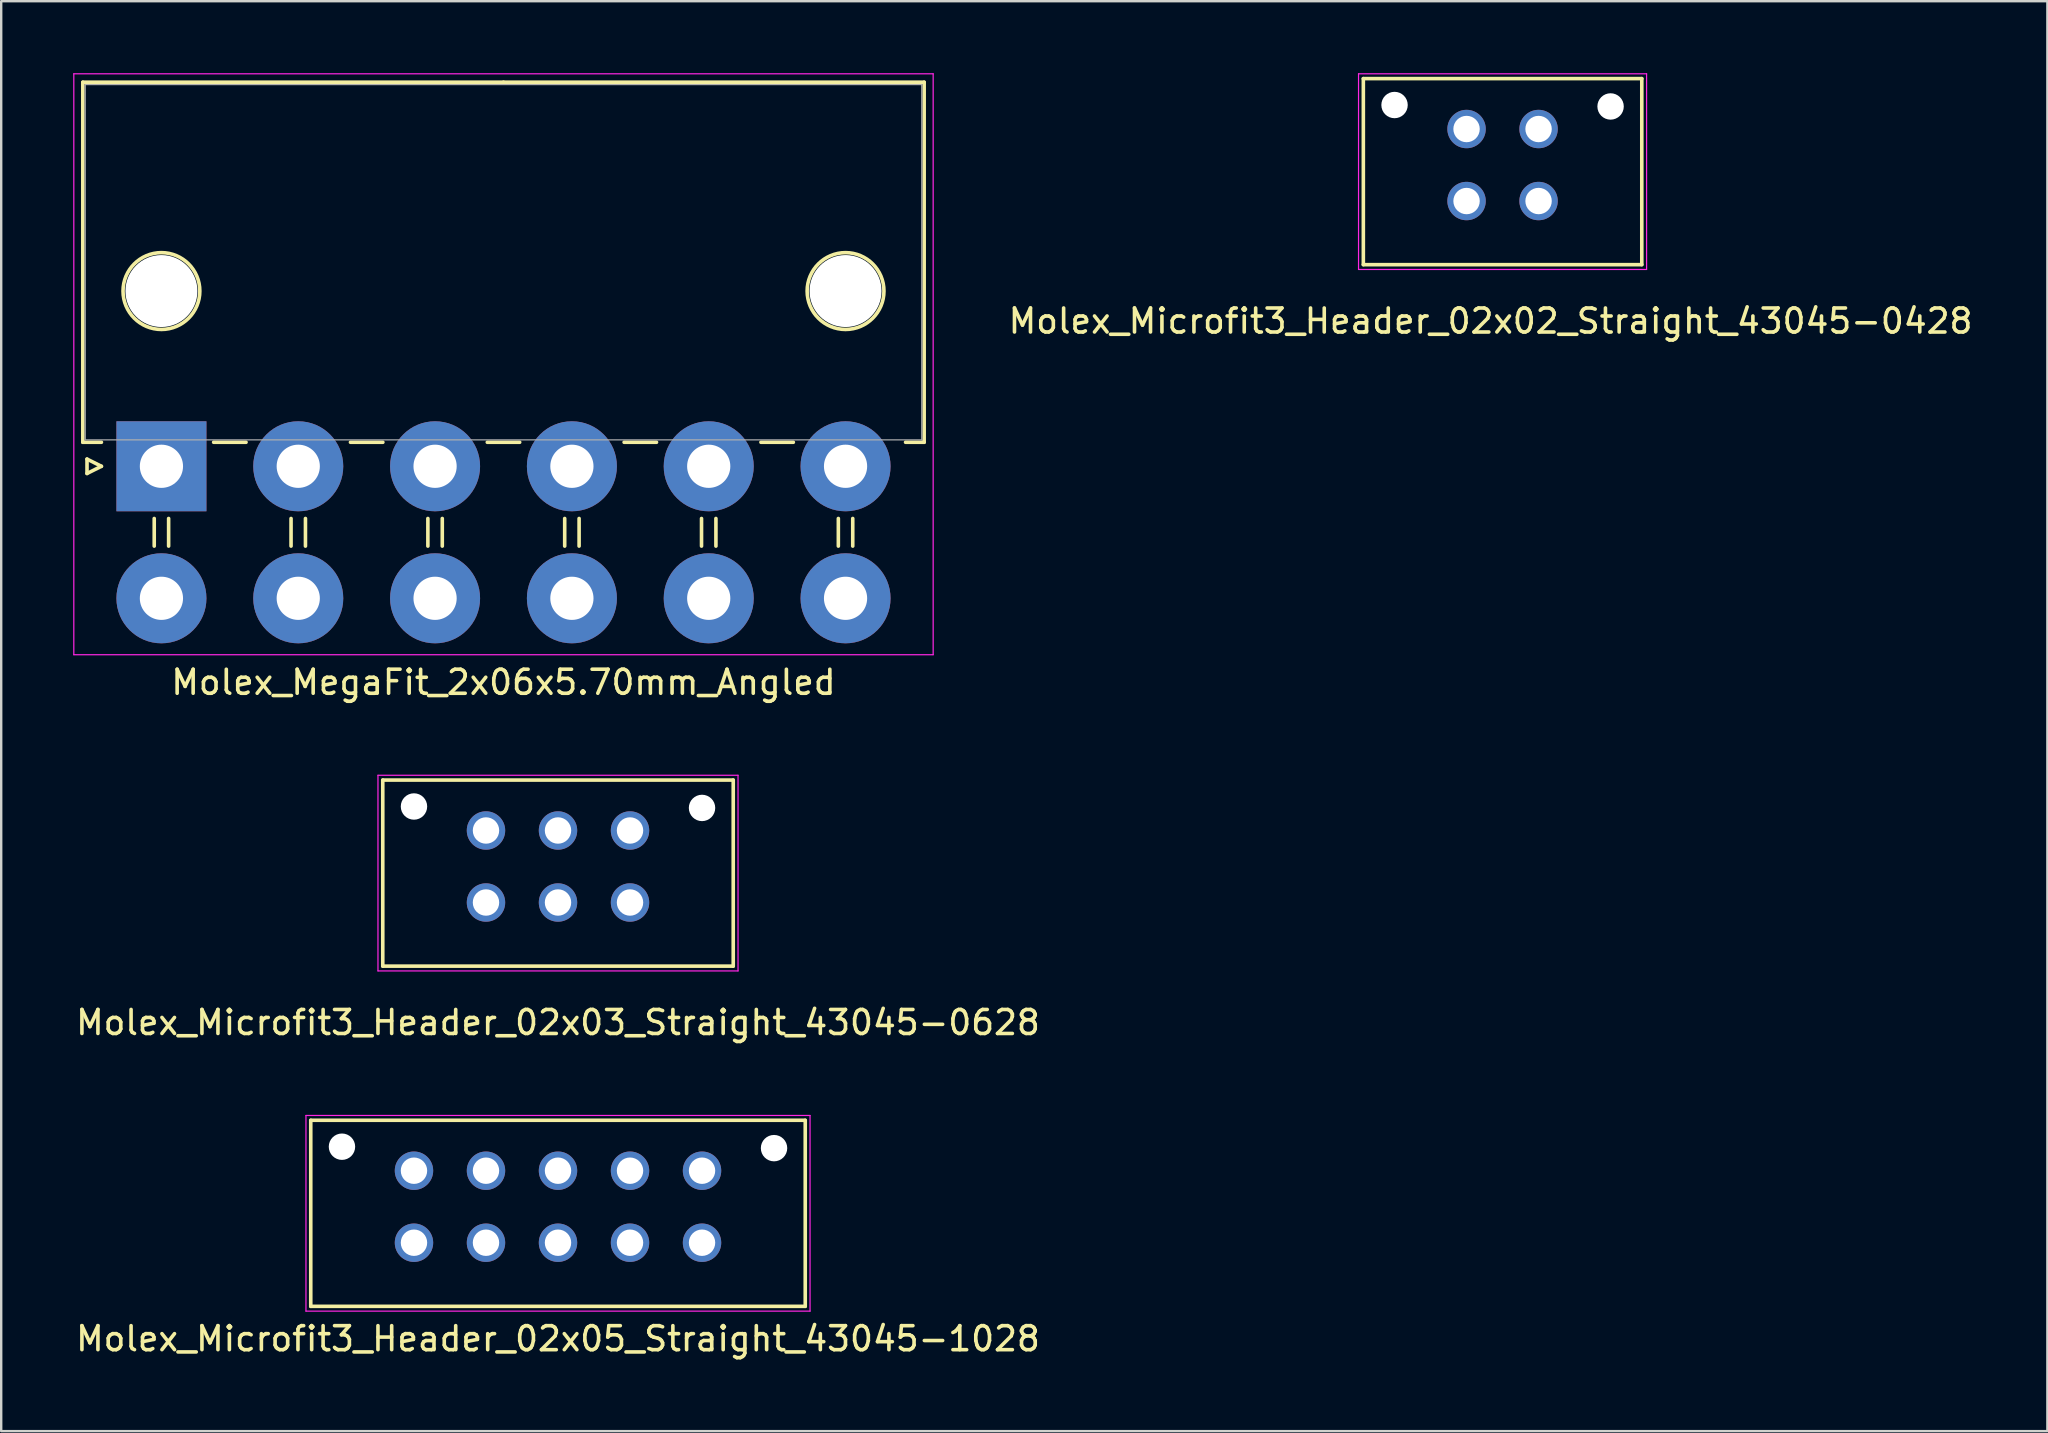
<source format=kicad_pcb>
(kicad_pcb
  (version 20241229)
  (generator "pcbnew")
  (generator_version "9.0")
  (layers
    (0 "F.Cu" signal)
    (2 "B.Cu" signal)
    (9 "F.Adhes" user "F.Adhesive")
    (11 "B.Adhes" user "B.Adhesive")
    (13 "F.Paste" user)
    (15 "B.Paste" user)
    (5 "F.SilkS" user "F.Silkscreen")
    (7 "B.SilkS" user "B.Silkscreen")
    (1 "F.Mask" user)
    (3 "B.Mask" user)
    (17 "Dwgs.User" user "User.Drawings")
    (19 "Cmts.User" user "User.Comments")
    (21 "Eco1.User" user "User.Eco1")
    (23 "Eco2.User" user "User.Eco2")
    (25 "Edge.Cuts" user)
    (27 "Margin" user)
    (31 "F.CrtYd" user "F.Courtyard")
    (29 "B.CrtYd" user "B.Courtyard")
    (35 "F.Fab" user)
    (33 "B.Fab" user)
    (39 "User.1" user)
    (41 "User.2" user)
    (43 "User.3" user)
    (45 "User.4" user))
  (footprint "Molex_MegaFit_2x06x5.70mm_Angled"
    (layer "F.Cu")
    (at 3.675 16.375)
    (property "Reference" "Molex_MegaFit_2x06x5.70mm_Angled" (at 14.25 9 0) (layer "F.SilkS") (effects (font (size 1 1) (thickness 0.15))))
    (attr through_hole)
    (fp_line (start -3.275 -16) (end -3.275 -1) (stroke (width 0.15) (type solid)) (layer "F.SilkS"))
    (fp_line (start -3.275 -1) (end -2.5 -1) (stroke (width 0.15) (type solid)) (layer "F.SilkS"))
    (fp_line (start -3.1 -0.3) (end -2.5 0) (stroke (width 0.15) (type solid)) (layer "F.SilkS"))
    (fp_line (start -3.1 0.3) (end -3.1 -0.3) (stroke (width 0.15) (type solid)) (layer "F.SilkS"))
    (fp_line (start -2.5 0) (end -3.1 0.3) (stroke (width 0.15) (type solid)) (layer "F.SilkS"))
    (fp_line (start -0.3 2.175) (end -0.3 3.325) (stroke (width 0.15) (type solid)) (layer "F.SilkS"))
    (fp_line (start 0.3 2.175) (end 0.3 3.325) (stroke (width 0.15) (type solid)) (layer "F.SilkS"))
    (fp_line (start 2.175 -1) (end 3.525 -1) (stroke (width 0.15) (type solid)) (layer "F.SilkS"))
    (fp_line (start 5.4 2.175) (end 5.4 3.325) (stroke (width 0.15) (type solid)) (layer "F.SilkS"))
    (fp_line (start 6 2.175) (end 6 3.325) (stroke (width 0.15) (type solid)) (layer "F.SilkS"))
    (fp_line (start 7.875 -1) (end 9.225 -1) (stroke (width 0.15) (type solid)) (layer "F.SilkS"))
    (fp_line (start 11.1 2.175) (end 11.1 3.325) (stroke (width 0.15) (type solid)) (layer "F.SilkS"))
    (fp_line (start 11.7 2.175) (end 11.7 3.325) (stroke (width 0.15) (type solid)) (layer "F.SilkS"))
    (fp_line (start 13.575 -1) (end 14.925 -1) (stroke (width 0.15) (type solid)) (layer "F.SilkS"))
    (fp_line (start 14.25 -16) (end -3.275 -16) (stroke (width 0.15) (type solid)) (layer "F.SilkS"))
    (fp_line (start 14.25 -16) (end 31.775 -16) (stroke (width 0.15) (type solid)) (layer "F.SilkS"))
    (fp_line (start 16.8 2.175) (end 16.8 3.325) (stroke (width 0.15) (type solid)) (layer "F.SilkS"))
    (fp_line (start 17.4 2.175) (end 17.4 3.325) (stroke (width 0.15) (type solid)) (layer "F.SilkS"))
    (fp_line (start 19.275 -1) (end 20.625 -1) (stroke (width 0.15) (type solid)) (layer "F.SilkS"))
    (fp_line (start 22.5 2.175) (end 22.5 3.325) (stroke (width 0.15) (type solid)) (layer "F.SilkS"))
    (fp_line (start 23.1 2.175) (end 23.1 3.325) (stroke (width 0.15) (type solid)) (layer "F.SilkS"))
    (fp_line (start 24.975 -1) (end 26.325 -1) (stroke (width 0.15) (type solid)) (layer "F.SilkS"))
    (fp_line (start 28.2 2.175) (end 28.2 3.325) (stroke (width 0.15) (type solid)) (layer "F.SilkS"))
    (fp_line (start 28.8 2.175) (end 28.8 3.325) (stroke (width 0.15) (type solid)) (layer "F.SilkS"))
    (fp_line (start 31.775 -16) (end 31.775 -1) (stroke (width 0.15) (type solid)) (layer "F.SilkS"))
    (fp_line (start 31.775 -1) (end 31 -1) (stroke (width 0.15) (type solid)) (layer "F.SilkS"))
    (fp_circle (center 0 -7.3) (end 1.6 -7.3) (stroke (width 0.15) (type solid)) (fill no) (layer "F.SilkS"))
    (fp_circle (center 28.5 -7.3) (end 30.1 -7.3) (stroke (width 0.15) (type solid)) (fill no) (layer "F.SilkS"))
    (fp_line (start -3.65 -16.35) (end -3.65 7.85) (stroke (width 0.05) (type solid)) (layer "F.CrtYd"))
    (fp_line (start -3.65 7.85) (end 32.15 7.85) (stroke (width 0.05) (type solid)) (layer "F.CrtYd"))
    (fp_line (start 32.15 -16.35) (end -3.65 -16.35) (stroke (width 0.05) (type solid)) (layer "F.CrtYd"))
    (fp_line (start 32.15 7.85) (end 32.15 -16.35) (stroke (width 0.05) (type solid)) (layer "F.CrtYd"))
    (fp_line (start -3.175 -15.9) (end -3.175 -1.1) (stroke (width 0.05) (type solid)) (layer "F.Fab"))
    (fp_line (start -3.175 -1.1) (end 31.675 -1.1) (stroke (width 0.05) (type solid)) (layer "F.Fab"))
    (fp_line (start 31.675 -15.9) (end -3.175 -15.9) (stroke (width 0.05) (type solid)) (layer "F.Fab"))
    (fp_line (start 31.675 -1.1) (end 31.675 -15.9) (stroke (width 0.05) (type solid)) (layer "F.Fab"))
    (pad "" np_thru_hole circle (at 0 -7.3) (size 3 3) (drill 3) (layers "*.Cu"))
    (pad "" np_thru_hole circle (at 28.5 -7.3) (size 3 3) (drill 3) (layers "*.Cu"))
    (pad "1" thru_hole rect (at 0 0) (size 3.75 3.75) (drill 1.8) (layers "*.Cu" "*.Mask"))
    (pad "2" thru_hole circle (at 5.7 0) (size 3.75 3.75) (drill 1.8) (layers "*.Cu" "*.Mask"))
    (pad "3" thru_hole circle (at 11.4 0) (size 3.75 3.75) (drill 1.8) (layers "*.Cu" "*.Mask"))
    (pad "4" thru_hole circle (at 17.1 0) (size 3.75 3.75) (drill 1.8) (layers "*.Cu" "*.Mask"))
    (pad "5" thru_hole circle (at 22.8 0) (size 3.75 3.75) (drill 1.8) (layers "*.Cu" "*.Mask"))
    (pad "6" thru_hole circle (at 28.5 0) (size 3.75 3.75) (drill 1.8) (layers "*.Cu" "*.Mask"))
    (pad "7" thru_hole circle (at 0 5.5) (size 3.75 3.75) (drill 1.8) (layers "*.Cu" "*.Mask"))
    (pad "8" thru_hole circle (at 5.7 5.5) (size 3.75 3.75) (drill 1.8) (layers "*.Cu" "*.Mask"))
    (pad "9" thru_hole circle (at 11.4 5.5) (size 3.75 3.75) (drill 1.8) (layers "*.Cu" "*.Mask"))
    (pad "10" thru_hole circle (at 17.1 5.5) (size 3.75 3.75) (drill 1.8) (layers "*.Cu" "*.Mask"))
    (pad "11" thru_hole circle (at 22.8 5.5) (size 3.75 3.75) (drill 1.8) (layers "*.Cu" "*.Mask"))
    (pad "12" thru_hole circle (at 28.5 5.5) (size 3.75 3.75) (drill 1.8) (layers "*.Cu" "*.Mask")))
  (footprint "Molex_Microfit3_Header_02x02_Straight_43045-0428"
    (layer "F.Cu")
    (at 61.046 5.325)
    (property "Reference" "Molex_Microfit3_Header_02x02_Straight_43045-0428" (at -2 5 0) (layer "F.SilkS") (effects (font (size 1 1) (thickness 0.15))))
    (attr through_hole)
    (fp_line (start -7.3 2.65) (end -7.3 -5.1) (stroke (width 0.15) (type solid)) (layer "F.SilkS"))
    (fp_line (start 4.3 -5.1) (end -7.3 -5.1) (stroke (width 0.15) (type solid)) (layer "F.SilkS"))
    (fp_line (start 4.3 2.65) (end -7.3 2.65) (stroke (width 0.15) (type solid)) (layer "F.SilkS"))
    (fp_line (start 4.3 2.65) (end 4.3 -5.1) (stroke (width 0.15) (type solid)) (layer "F.SilkS"))
    (fp_line (start -7.5 2.85) (end -7.5 -5.3) (stroke (width 0.05) (type solid)) (layer "F.CrtYd"))
    (fp_line (start 4.5 -5.3) (end -7.5 -5.3) (stroke (width 0.05) (type solid)) (layer "F.CrtYd"))
    (fp_line (start 4.5 2.85) (end -7.5 2.85) (stroke (width 0.05) (type solid)) (layer "F.CrtYd"))
    (fp_line (start 4.5 2.85) (end 4.5 -5.3) (stroke (width 0.05) (type solid)) (layer "F.CrtYd"))
    (pad "" np_thru_hole circle (at -6 -4) (size 1.1 1.1) (drill 1.1) (layers "*.Cu" "*.Mask"))
    (pad "" np_thru_hole circle (at 3 -3.94) (size 1.1 1.1) (drill 1.1) (layers "*.Cu" "*.Mask"))
    (pad "1" thru_hole circle (at 0 0) (size 1.6 1.6) (drill 1.1) (layers "*.Cu" "*.Mask"))
    (pad "2" thru_hole circle (at -3 0) (size 1.6 1.6) (drill 1.1) (layers "*.Cu" "*.Mask"))
    (pad "3" thru_hole circle (at 0 -3) (size 1.6 1.6) (drill 1.1) (layers "*.Cu" "*.Mask"))
    (pad "4" thru_hole circle (at -3 -3) (size 1.6 1.6) (drill 1.1) (layers "*.Cu" "*.Mask")))
  (footprint "Molex_Microfit3_Header_02x05_Straight_43045-1028"
    (layer "F.Cu")
    (at 26.196 48.721)
    (property "Reference" "Molex_Microfit3_Header_02x05_Straight_43045-1028" (at -6 4 0) (layer "F.SilkS") (effects (font (size 1 1) (thickness 0.15))))
    (attr through_hole)
    (fp_line (start -16.3 2.65) (end -16.3 -5.1) (stroke (width 0.15) (type solid)) (layer "F.SilkS"))
    (fp_line (start 4.3 -5.1) (end -16.3 -5.1) (stroke (width 0.15) (type solid)) (layer "F.SilkS"))
    (fp_line (start 4.3 2.65) (end -16.3 2.65) (stroke (width 0.15) (type solid)) (layer "F.SilkS"))
    (fp_line (start 4.3 2.65) (end 4.3 -5.1) (stroke (width 0.15) (type solid)) (layer "F.SilkS"))
    (fp_line (start -16.5 2.85) (end -16.5 -5.3) (stroke (width 0.05) (type solid)) (layer "F.CrtYd"))
    (fp_line (start 4.5 -5.3) (end -16.5 -5.3) (stroke (width 0.05) (type solid)) (layer "F.CrtYd"))
    (fp_line (start 4.5 2.85) (end -16.5 2.85) (stroke (width 0.05) (type solid)) (layer "F.CrtYd"))
    (fp_line (start 4.5 2.85) (end 4.5 -5.3) (stroke (width 0.05) (type solid)) (layer "F.CrtYd"))
    (pad "" np_thru_hole circle (at -15 -4) (size 1.1 1.1) (drill 1.1) (layers "*.Cu" "*.Mask"))
    (pad "" np_thru_hole circle (at 3 -3.94) (size 1.1 1.1) (drill 1.1) (layers "*.Cu" "*.Mask"))
    (pad "1" thru_hole circle (at 0 0) (size 1.6 1.6) (drill 1.1) (layers "*.Cu" "*.Mask"))
    (pad "2" thru_hole circle (at -3 0) (size 1.6 1.6) (drill 1.1) (layers "*.Cu" "*.Mask"))
    (pad "3" thru_hole circle (at -6 0) (size 1.6 1.6) (drill 1.1) (layers "*.Cu" "*.Mask"))
    (pad "4" thru_hole circle (at -9 0) (size 1.6 1.6) (drill 1.1) (layers "*.Cu" "*.Mask"))
    (pad "5" thru_hole circle (at -12 0) (size 1.6 1.6) (drill 1.1) (layers "*.Cu" "*.Mask"))
    (pad "6" thru_hole circle (at 0 -3) (size 1.6 1.6) (drill 1.1) (layers "*.Cu" "*.Mask"))
    (pad "7" thru_hole circle (at -3 -3) (size 1.6 1.6) (drill 1.1) (layers "*.Cu" "*.Mask"))
    (pad "8" thru_hole circle (at -6 -3) (size 1.6 1.6) (drill 1.1) (layers "*.Cu" "*.Mask"))
    (pad "9" thru_hole circle (at -9 -3) (size 1.6 1.6) (drill 1.1) (layers "*.Cu" "*.Mask"))
    (pad "10" thru_hole circle (at -12 -3) (size 1.6 1.6) (drill 1.1) (layers "*.Cu" "*.Mask")))
  (footprint "Molex_Microfit3_Header_02x03_Straight_43045-0628"
    (layer "F.Cu")
    (at 23.196 34.548)
    (property "Reference" "Molex_Microfit3_Header_02x03_Straight_43045-0628" (at -3 5 0) (layer "F.SilkS") (effects (font (size 1 1) (thickness 0.15))))
    (attr through_hole)
    (fp_line (start -10.3 2.65) (end -10.3 -5.1) (stroke (width 0.15) (type solid)) (layer "F.SilkS"))
    (fp_line (start 4.3 -5.1) (end -10.3 -5.1) (stroke (width 0.15) (type solid)) (layer "F.SilkS"))
    (fp_line (start 4.3 2.65) (end -10.3 2.65) (stroke (width 0.15) (type solid)) (layer "F.SilkS"))
    (fp_line (start 4.3 2.65) (end 4.3 -5.1) (stroke (width 0.15) (type solid)) (layer "F.SilkS"))
    (fp_line (start -10.5 2.85) (end -10.5 -5.3) (stroke (width 0.05) (type solid)) (layer "F.CrtYd"))
    (fp_line (start 4.5 -5.3) (end -10.5 -5.3) (stroke (width 0.05) (type solid)) (layer "F.CrtYd"))
    (fp_line (start 4.5 2.85) (end -10.5 2.85) (stroke (width 0.05) (type solid)) (layer "F.CrtYd"))
    (fp_line (start 4.5 2.85) (end 4.5 -5.3) (stroke (width 0.05) (type solid)) (layer "F.CrtYd"))
    (pad "" np_thru_hole circle (at -9 -4) (size 1.1 1.1) (drill 1.1) (layers "*.Cu" "*.Mask"))
    (pad "" np_thru_hole circle (at 3 -3.94) (size 1.1 1.1) (drill 1.1) (layers "*.Cu" "*.Mask"))
    (pad "1" thru_hole circle (at 0 0) (size 1.6 1.6) (drill 1.1) (layers "*.Cu" "*.Mask"))
    (pad "2" thru_hole circle (at -3 0) (size 1.6 1.6) (drill 1.1) (layers "*.Cu" "*.Mask"))
    (pad "3" thru_hole circle (at -6 0) (size 1.6 1.6) (drill 1.1) (layers "*.Cu" "*.Mask"))
    (pad "4" thru_hole circle (at 0 -3) (size 1.6 1.6) (drill 1.1) (layers "*.Cu" "*.Mask"))
    (pad "5" thru_hole circle (at -3 -3) (size 1.6 1.6) (drill 1.1) (layers "*.Cu" "*.Mask"))
    (pad "6" thru_hole circle (at -6 -3) (size 1.6 1.6) (drill 1.1) (layers "*.Cu" "*.Mask")))
  (gr_rect
    (start -3 -3)
    (end 82.243 56.57)
    (stroke (width 0.1) (type default))
    (fill no)
    (layer "Edge.Cuts")))
</source>
